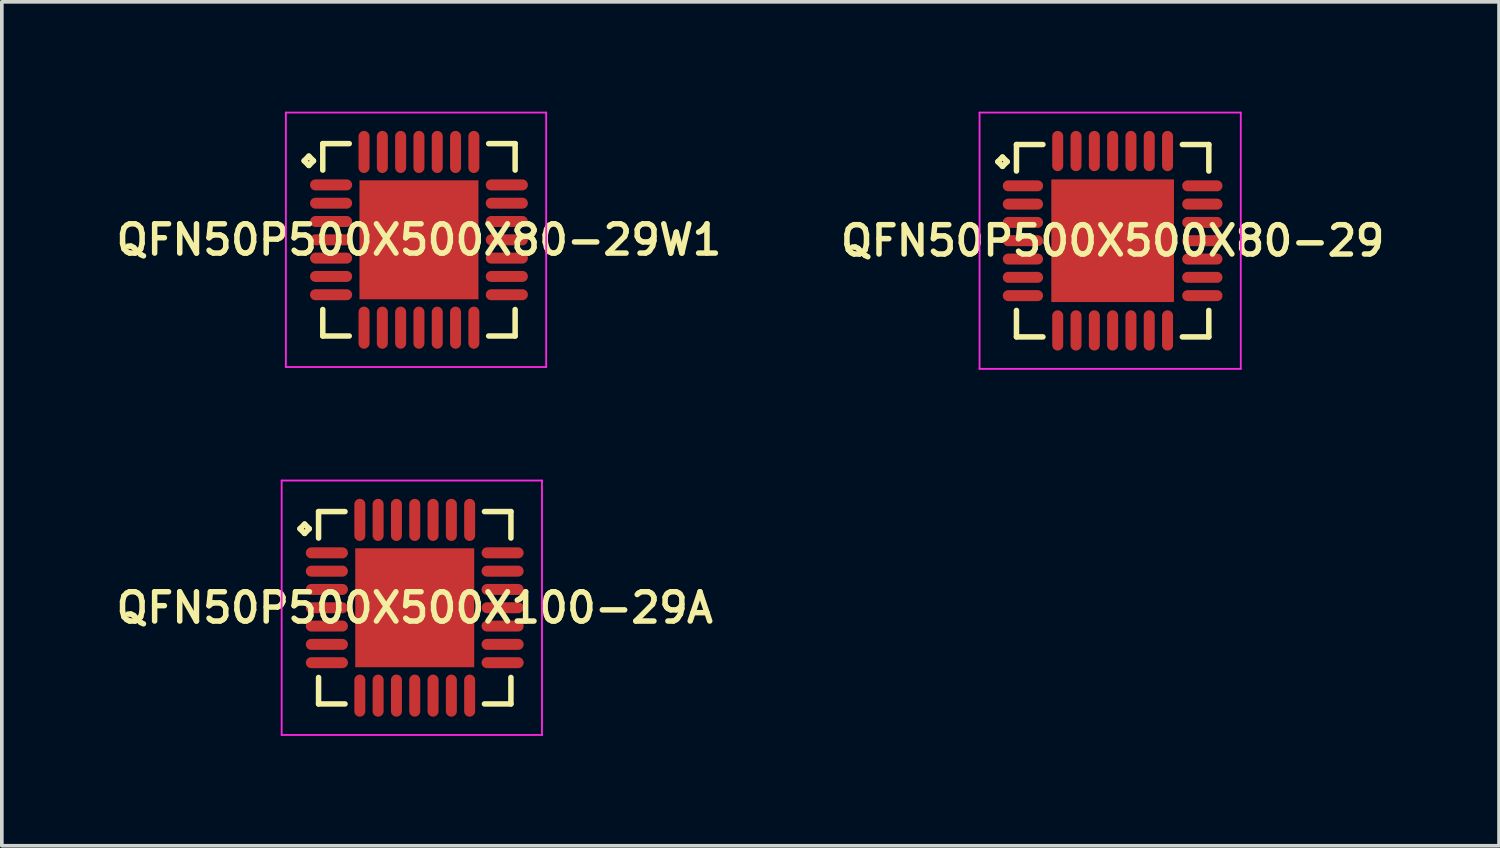
<source format=kicad_pcb>
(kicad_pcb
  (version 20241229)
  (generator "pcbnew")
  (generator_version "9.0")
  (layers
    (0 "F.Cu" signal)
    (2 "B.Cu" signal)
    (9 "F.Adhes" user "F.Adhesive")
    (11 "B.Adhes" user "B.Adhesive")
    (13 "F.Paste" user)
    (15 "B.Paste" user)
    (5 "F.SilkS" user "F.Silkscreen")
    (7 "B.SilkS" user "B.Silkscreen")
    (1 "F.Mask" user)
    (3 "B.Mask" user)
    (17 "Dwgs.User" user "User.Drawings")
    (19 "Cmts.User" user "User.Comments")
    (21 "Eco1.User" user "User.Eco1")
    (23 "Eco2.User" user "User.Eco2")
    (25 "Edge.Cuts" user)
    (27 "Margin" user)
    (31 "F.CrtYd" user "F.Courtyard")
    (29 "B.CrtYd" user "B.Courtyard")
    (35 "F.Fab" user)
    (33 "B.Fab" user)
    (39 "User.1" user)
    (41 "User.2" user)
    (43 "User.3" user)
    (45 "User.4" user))
  (footprint "QFN50P500X500X100-29A"
    (layer "F.Cu")
    (at 8.278 13.55)
    (property "Reference" "QFN50P500X500X100-29A" (at 0 0 0) (layer "F.SilkS") (effects (font (size 0.8 0.8) (thickness 0.15))))
    (attr smd)
    (fp_line (start -3.135 -2.158) (end -3.008 -2.285) (stroke (width 0.15) (type solid)) (layer "F.SilkS"))
    (fp_line (start -3.008 -2.285) (end -2.881 -2.158) (stroke (width 0.15) (type solid)) (layer "F.SilkS"))
    (fp_line (start -3.008 -2.031) (end -3.135 -2.158) (stroke (width 0.15) (type solid)) (layer "F.SilkS"))
    (fp_line (start -2.881 -2.158) (end -3.008 -2.031) (stroke (width 0.15) (type solid)) (layer "F.SilkS"))
    (fp_line (start -2.627 -2.627) (end -1.904 -2.627) (stroke (width 0.15) (type solid)) (layer "F.SilkS"))
    (fp_line (start -2.627 -1.904) (end -2.627 -2.627) (stroke (width 0.15) (type solid)) (layer "F.SilkS"))
    (fp_line (start -2.627 1.904) (end -2.627 2.627) (stroke (width 0.15) (type solid)) (layer "F.SilkS"))
    (fp_line (start -2.627 2.627) (end -1.904 2.627) (stroke (width 0.15) (type solid)) (layer "F.SilkS"))
    (fp_line (start 1.904 -2.627) (end 2.627 -2.627) (stroke (width 0.15) (type solid)) (layer "F.SilkS"))
    (fp_line (start 1.904 2.627) (end 2.627 2.627) (stroke (width 0.15) (type solid)) (layer "F.SilkS"))
    (fp_line (start 2.627 -2.627) (end 2.627 -1.904) (stroke (width 0.15) (type solid)) (layer "F.SilkS"))
    (fp_line (start 2.627 2.627) (end 2.627 1.904) (stroke (width 0.15) (type solid)) (layer "F.SilkS"))
    (fp_line (start -3.635 -3.475) (end 3.475 -3.475) (stroke (width 0.05) (type solid)) (layer "F.CrtYd"))
    (fp_line (start -3.635 3.475) (end -3.635 -3.475) (stroke (width 0.05) (type solid)) (layer "F.CrtYd"))
    (fp_line (start 3.475 -3.475) (end 3.475 3.475) (stroke (width 0.05) (type solid)) (layer "F.CrtYd"))
    (fp_line (start 3.475 3.475) (end -3.635 3.475) (stroke (width 0.05) (type solid)) (layer "F.CrtYd"))
    (pad "1" smd oval (at -2.4 -1.5) (size 1.15 0.3) (layers "F.Cu" "F.Mask" "F.Paste"))
    (pad "2" smd oval (at -2.4 -1) (size 1.15 0.3) (layers "F.Cu" "F.Mask" "F.Paste"))
    (pad "3" smd oval (at -2.4 -0.5) (size 1.15 0.3) (layers "F.Cu" "F.Mask" "F.Paste"))
    (pad "4" smd oval (at -2.4 0) (size 1.15 0.3) (layers "F.Cu" "F.Mask" "F.Paste"))
    (pad "5" smd oval (at -2.4 0.5) (size 1.15 0.3) (layers "F.Cu" "F.Mask" "F.Paste"))
    (pad "6" smd oval (at -2.4 1) (size 1.15 0.3) (layers "F.Cu" "F.Mask" "F.Paste"))
    (pad "7" smd oval (at -2.4 1.5) (size 1.15 0.3) (layers "F.Cu" "F.Mask" "F.Paste"))
    (pad "8" smd oval (at -1.5 2.4) (size 0.3 1.15) (layers "F.Cu" "F.Mask" "F.Paste"))
    (pad "9" smd oval (at -1 2.4) (size 0.3 1.15) (layers "F.Cu" "F.Mask" "F.Paste"))
    (pad "10" smd oval (at -0.5 2.4) (size 0.3 1.15) (layers "F.Cu" "F.Mask" "F.Paste"))
    (pad "11" smd oval (at 0 2.4) (size 0.3 1.15) (layers "F.Cu" "F.Mask" "F.Paste"))
    (pad "12" smd oval (at 0.5 2.4) (size 0.3 1.15) (layers "F.Cu" "F.Mask" "F.Paste"))
    (pad "13" smd oval (at 1 2.4) (size 0.3 1.15) (layers "F.Cu" "F.Mask" "F.Paste"))
    (pad "14" smd oval (at 1.5 2.4) (size 0.3 1.15) (layers "F.Cu" "F.Mask" "F.Paste"))
    (pad "15" smd oval (at 2.4 1.5) (size 1.15 0.3) (layers "F.Cu" "F.Mask" "F.Paste"))
    (pad "16" smd oval (at 2.4 1) (size 1.15 0.3) (layers "F.Cu" "F.Mask" "F.Paste"))
    (pad "17" smd oval (at 2.4 0.5) (size 1.15 0.3) (layers "F.Cu" "F.Mask" "F.Paste"))
    (pad "18" smd oval (at 2.4 0) (size 1.15 0.3) (layers "F.Cu" "F.Mask" "F.Paste"))
    (pad "19" smd oval (at 2.4 -0.5) (size 1.15 0.3) (layers "F.Cu" "F.Mask" "F.Paste"))
    (pad "20" smd oval (at 2.4 -1) (size 1.15 0.3) (layers "F.Cu" "F.Mask" "F.Paste"))
    (pad "21" smd oval (at 2.4 -1.5) (size 1.15 0.3) (layers "F.Cu" "F.Mask" "F.Paste"))
    (pad "22" smd oval (at 1.5 -2.4) (size 0.3 1.15) (layers "F.Cu" "F.Mask" "F.Paste"))
    (pad "23" smd oval (at 1 -2.4) (size 0.3 1.15) (layers "F.Cu" "F.Mask" "F.Paste"))
    (pad "24" smd oval (at 0.5 -2.4) (size 0.3 1.15) (layers "F.Cu" "F.Mask" "F.Paste"))
    (pad "25" smd oval (at 0 -2.4) (size 0.3 1.15) (layers "F.Cu" "F.Mask" "F.Paste"))
    (pad "26" smd oval (at -0.5 -2.4) (size 0.3 1.15) (layers "F.Cu" "F.Mask" "F.Paste"))
    (pad "27" smd oval (at -1 -2.4) (size 0.3 1.15) (layers "F.Cu" "F.Mask" "F.Paste"))
    (pad "28" smd oval (at -1.5 -2.4) (size 0.3 1.15) (layers "F.Cu" "F.Mask" "F.Paste"))
    (pad "29" smd rect (at 0 0) (size 3.25 3.25) (layers "F.Cu" "F.Mask" "F.Paste")))
  (footprint "QFN50P500X500X80-29W1"
    (layer "F.Cu")
    (at 8.393 3.5)
    (property "Reference" "QFN50P500X500X80-29W1" (at 0 0 0) (layer "F.SilkS") (effects (font (size 0.8 0.8) (thickness 0.15))))
    (attr smd)
    (fp_line (start -3.135 -2.158) (end -3.008 -2.285) (stroke (width 0.15) (type solid)) (layer "F.SilkS"))
    (fp_line (start -3.008 -2.285) (end -2.881 -2.158) (stroke (width 0.15) (type solid)) (layer "F.SilkS"))
    (fp_line (start -3.008 -2.031) (end -3.135 -2.158) (stroke (width 0.15) (type solid)) (layer "F.SilkS"))
    (fp_line (start -2.881 -2.158) (end -3.008 -2.031) (stroke (width 0.15) (type solid)) (layer "F.SilkS"))
    (fp_line (start -2.627 -2.627) (end -1.904 -2.627) (stroke (width 0.15) (type solid)) (layer "F.SilkS"))
    (fp_line (start -2.627 -1.904) (end -2.627 -2.627) (stroke (width 0.15) (type solid)) (layer "F.SilkS"))
    (fp_line (start -2.627 1.904) (end -2.627 2.627) (stroke (width 0.15) (type solid)) (layer "F.SilkS"))
    (fp_line (start -2.627 2.627) (end -1.904 2.627) (stroke (width 0.15) (type solid)) (layer "F.SilkS"))
    (fp_line (start 1.904 -2.627) (end 2.627 -2.627) (stroke (width 0.15) (type solid)) (layer "F.SilkS"))
    (fp_line (start 1.904 2.627) (end 2.627 2.627) (stroke (width 0.15) (type solid)) (layer "F.SilkS"))
    (fp_line (start 2.627 -2.627) (end 2.627 -1.904) (stroke (width 0.15) (type solid)) (layer "F.SilkS"))
    (fp_line (start 2.627 2.627) (end 2.627 1.904) (stroke (width 0.15) (type solid)) (layer "F.SilkS"))
    (fp_line (start -3.635 -3.475) (end 3.475 -3.475) (stroke (width 0.05) (type solid)) (layer "F.CrtYd"))
    (fp_line (start -3.635 3.475) (end -3.635 -3.475) (stroke (width 0.05) (type solid)) (layer "F.CrtYd"))
    (fp_line (start 3.475 -3.475) (end 3.475 3.475) (stroke (width 0.05) (type solid)) (layer "F.CrtYd"))
    (fp_line (start 3.475 3.475) (end -3.635 3.475) (stroke (width 0.05) (type solid)) (layer "F.CrtYd"))
    (pad "1" smd oval (at -2.4 -1.5) (size 1.15 0.3) (layers "F.Cu" "F.Mask" "F.Paste"))
    (pad "2" smd oval (at -2.4 -1) (size 1.15 0.3) (layers "F.Cu" "F.Mask" "F.Paste"))
    (pad "3" smd oval (at -2.4 -0.5) (size 1.15 0.3) (layers "F.Cu" "F.Mask" "F.Paste"))
    (pad "4" smd oval (at -2.4 0) (size 1.15 0.3) (layers "F.Cu" "F.Mask" "F.Paste"))
    (pad "5" smd oval (at -2.4 0.5) (size 1.15 0.3) (layers "F.Cu" "F.Mask" "F.Paste"))
    (pad "6" smd oval (at -2.4 1) (size 1.15 0.3) (layers "F.Cu" "F.Mask" "F.Paste"))
    (pad "7" smd oval (at -2.4 1.5) (size 1.15 0.3) (layers "F.Cu" "F.Mask" "F.Paste"))
    (pad "8" smd oval (at -1.5 2.4) (size 0.3 1.15) (layers "F.Cu" "F.Mask" "F.Paste"))
    (pad "9" smd oval (at -1 2.4) (size 0.3 1.15) (layers "F.Cu" "F.Mask" "F.Paste"))
    (pad "10" smd oval (at -0.5 2.4) (size 0.3 1.15) (layers "F.Cu" "F.Mask" "F.Paste"))
    (pad "11" smd oval (at 0 2.4) (size 0.3 1.15) (layers "F.Cu" "F.Mask" "F.Paste"))
    (pad "12" smd oval (at 0.5 2.4) (size 0.3 1.15) (layers "F.Cu" "F.Mask" "F.Paste"))
    (pad "13" smd oval (at 1 2.4) (size 0.3 1.15) (layers "F.Cu" "F.Mask" "F.Paste"))
    (pad "14" smd oval (at 1.5 2.4) (size 0.3 1.15) (layers "F.Cu" "F.Mask" "F.Paste"))
    (pad "15" smd oval (at 2.4 1.5) (size 1.15 0.3) (layers "F.Cu" "F.Mask" "F.Paste"))
    (pad "16" smd oval (at 2.4 1) (size 1.15 0.3) (layers "F.Cu" "F.Mask" "F.Paste"))
    (pad "17" smd oval (at 2.4 0.5) (size 1.15 0.3) (layers "F.Cu" "F.Mask" "F.Paste"))
    (pad "18" smd oval (at 2.4 0) (size 1.15 0.3) (layers "F.Cu" "F.Mask" "F.Paste"))
    (pad "19" smd oval (at 2.4 -0.5) (size 1.15 0.3) (layers "F.Cu" "F.Mask" "F.Paste"))
    (pad "20" smd oval (at 2.4 -1) (size 1.15 0.3) (layers "F.Cu" "F.Mask" "F.Paste"))
    (pad "21" smd oval (at 2.4 -1.5) (size 1.15 0.3) (layers "F.Cu" "F.Mask" "F.Paste"))
    (pad "22" smd oval (at 1.5 -2.4) (size 0.3 1.15) (layers "F.Cu" "F.Mask" "F.Paste"))
    (pad "23" smd oval (at 1 -2.4) (size 0.3 1.15) (layers "F.Cu" "F.Mask" "F.Paste"))
    (pad "24" smd oval (at 0.5 -2.4) (size 0.3 1.15) (layers "F.Cu" "F.Mask" "F.Paste"))
    (pad "25" smd oval (at 0 -2.4) (size 0.3 1.15) (layers "F.Cu" "F.Mask" "F.Paste"))
    (pad "26" smd oval (at -0.5 -2.4) (size 0.3 1.15) (layers "F.Cu" "F.Mask" "F.Paste"))
    (pad "27" smd oval (at -1 -2.4) (size 0.3 1.15) (layers "F.Cu" "F.Mask" "F.Paste"))
    (pad "28" smd oval (at -1.5 -2.4) (size 0.3 1.15) (layers "F.Cu" "F.Mask" "F.Paste"))
    (pad "29" smd rect (at 0 0) (size 3.25 3.25) (layers "F.Cu" "F.Mask" "F.Paste")))
  (footprint "QFN50P500X500X80-29"
    (layer "F.Cu")
    (at 27.34 3.525)
    (property "Reference" "QFN50P500X500X80-29" (at 0 0 0) (layer "F.SilkS") (effects (font (size 0.8 0.8) (thickness 0.15))))
    (attr smd)
    (fp_line (start -3.135 -2.158) (end -3.008 -2.285) (stroke (width 0.15) (type solid)) (layer "F.SilkS"))
    (fp_line (start -3.008 -2.285) (end -2.881 -2.158) (stroke (width 0.15) (type solid)) (layer "F.SilkS"))
    (fp_line (start -3.008 -2.031) (end -3.135 -2.158) (stroke (width 0.15) (type solid)) (layer "F.SilkS"))
    (fp_line (start -2.881 -2.158) (end -3.008 -2.031) (stroke (width 0.15) (type solid)) (layer "F.SilkS"))
    (fp_line (start -2.627 -2.627) (end -1.904 -2.627) (stroke (width 0.15) (type solid)) (layer "F.SilkS"))
    (fp_line (start -2.627 -1.904) (end -2.627 -2.627) (stroke (width 0.15) (type solid)) (layer "F.SilkS"))
    (fp_line (start -2.627 1.904) (end -2.627 2.627) (stroke (width 0.15) (type solid)) (layer "F.SilkS"))
    (fp_line (start -2.627 2.627) (end -1.904 2.627) (stroke (width 0.15) (type solid)) (layer "F.SilkS"))
    (fp_line (start 1.904 -2.627) (end 2.627 -2.627) (stroke (width 0.15) (type solid)) (layer "F.SilkS"))
    (fp_line (start 1.904 2.627) (end 2.627 2.627) (stroke (width 0.15) (type solid)) (layer "F.SilkS"))
    (fp_line (start 2.627 -2.627) (end 2.627 -1.904) (stroke (width 0.15) (type solid)) (layer "F.SilkS"))
    (fp_line (start 2.627 2.627) (end 2.627 1.904) (stroke (width 0.15) (type solid)) (layer "F.SilkS"))
    (fp_line (start -3.635 -3.5) (end 3.5 -3.5) (stroke (width 0.05) (type solid)) (layer "F.CrtYd"))
    (fp_line (start -3.635 3.5) (end -3.635 -3.5) (stroke (width 0.05) (type solid)) (layer "F.CrtYd"))
    (fp_line (start 3.5 -3.5) (end 3.5 3.5) (stroke (width 0.05) (type solid)) (layer "F.CrtYd"))
    (fp_line (start 3.5 3.5) (end -3.635 3.5) (stroke (width 0.05) (type solid)) (layer "F.CrtYd"))
    (pad "1" smd oval (at -2.45 -1.5) (size 1.1 0.3) (layers "F.Cu" "F.Mask" "F.Paste"))
    (pad "2" smd oval (at -2.45 -1) (size 1.1 0.3) (layers "F.Cu" "F.Mask" "F.Paste"))
    (pad "3" smd oval (at -2.45 -0.5) (size 1.1 0.3) (layers "F.Cu" "F.Mask" "F.Paste"))
    (pad "4" smd oval (at -2.45 0) (size 1.1 0.3) (layers "F.Cu" "F.Mask" "F.Paste"))
    (pad "5" smd oval (at -2.45 0.5) (size 1.1 0.3) (layers "F.Cu" "F.Mask" "F.Paste"))
    (pad "6" smd oval (at -2.45 1) (size 1.1 0.3) (layers "F.Cu" "F.Mask" "F.Paste"))
    (pad "7" smd oval (at -2.45 1.5) (size 1.1 0.3) (layers "F.Cu" "F.Mask" "F.Paste"))
    (pad "8" smd oval (at -1.5 2.45) (size 0.3 1.1) (layers "F.Cu" "F.Mask" "F.Paste"))
    (pad "9" smd oval (at -1 2.45) (size 0.3 1.1) (layers "F.Cu" "F.Mask" "F.Paste"))
    (pad "10" smd oval (at -0.5 2.45) (size 0.3 1.1) (layers "F.Cu" "F.Mask" "F.Paste"))
    (pad "11" smd oval (at 0 2.45) (size 0.3 1.1) (layers "F.Cu" "F.Mask" "F.Paste"))
    (pad "12" smd oval (at 0.5 2.45) (size 0.3 1.1) (layers "F.Cu" "F.Mask" "F.Paste"))
    (pad "13" smd oval (at 1 2.45) (size 0.3 1.1) (layers "F.Cu" "F.Mask" "F.Paste"))
    (pad "14" smd oval (at 1.5 2.45) (size 0.3 1.1) (layers "F.Cu" "F.Mask" "F.Paste"))
    (pad "15" smd oval (at 2.45 1.5) (size 1.1 0.3) (layers "F.Cu" "F.Mask" "F.Paste"))
    (pad "16" smd oval (at 2.45 1) (size 1.1 0.3) (layers "F.Cu" "F.Mask" "F.Paste"))
    (pad "17" smd oval (at 2.45 0.5) (size 1.1 0.3) (layers "F.Cu" "F.Mask" "F.Paste"))
    (pad "18" smd oval (at 2.45 0) (size 1.1 0.3) (layers "F.Cu" "F.Mask" "F.Paste"))
    (pad "19" smd oval (at 2.45 -0.5) (size 1.1 0.3) (layers "F.Cu" "F.Mask" "F.Paste"))
    (pad "20" smd oval (at 2.45 -1) (size 1.1 0.3) (layers "F.Cu" "F.Mask" "F.Paste"))
    (pad "21" smd oval (at 2.45 -1.5) (size 1.1 0.3) (layers "F.Cu" "F.Mask" "F.Paste"))
    (pad "22" smd oval (at 1.5 -2.45) (size 0.3 1.1) (layers "F.Cu" "F.Mask" "F.Paste"))
    (pad "23" smd oval (at 1 -2.45) (size 0.3 1.1) (layers "F.Cu" "F.Mask" "F.Paste"))
    (pad "24" smd oval (at 0.5 -2.45) (size 0.3 1.1) (layers "F.Cu" "F.Mask" "F.Paste"))
    (pad "25" smd oval (at 0 -2.45) (size 0.3 1.1) (layers "F.Cu" "F.Mask" "F.Paste"))
    (pad "26" smd oval (at -0.5 -2.45) (size 0.3 1.1) (layers "F.Cu" "F.Mask" "F.Paste"))
    (pad "27" smd oval (at -1 -2.45) (size 0.3 1.1) (layers "F.Cu" "F.Mask" "F.Paste"))
    (pad "28" smd oval (at -1.5 -2.45) (size 0.3 1.1) (layers "F.Cu" "F.Mask" "F.Paste"))
    (pad "29" smd rect (at 0 0) (size 3.35 3.35) (layers "F.Cu" "F.Mask" "F.Paste")))
  (gr_rect
    (start -3 -3)
    (end 37.894 20.05)
    (stroke (width 0.1) (type default))
    (fill no)
    (layer "Edge.Cuts")))
</source>
